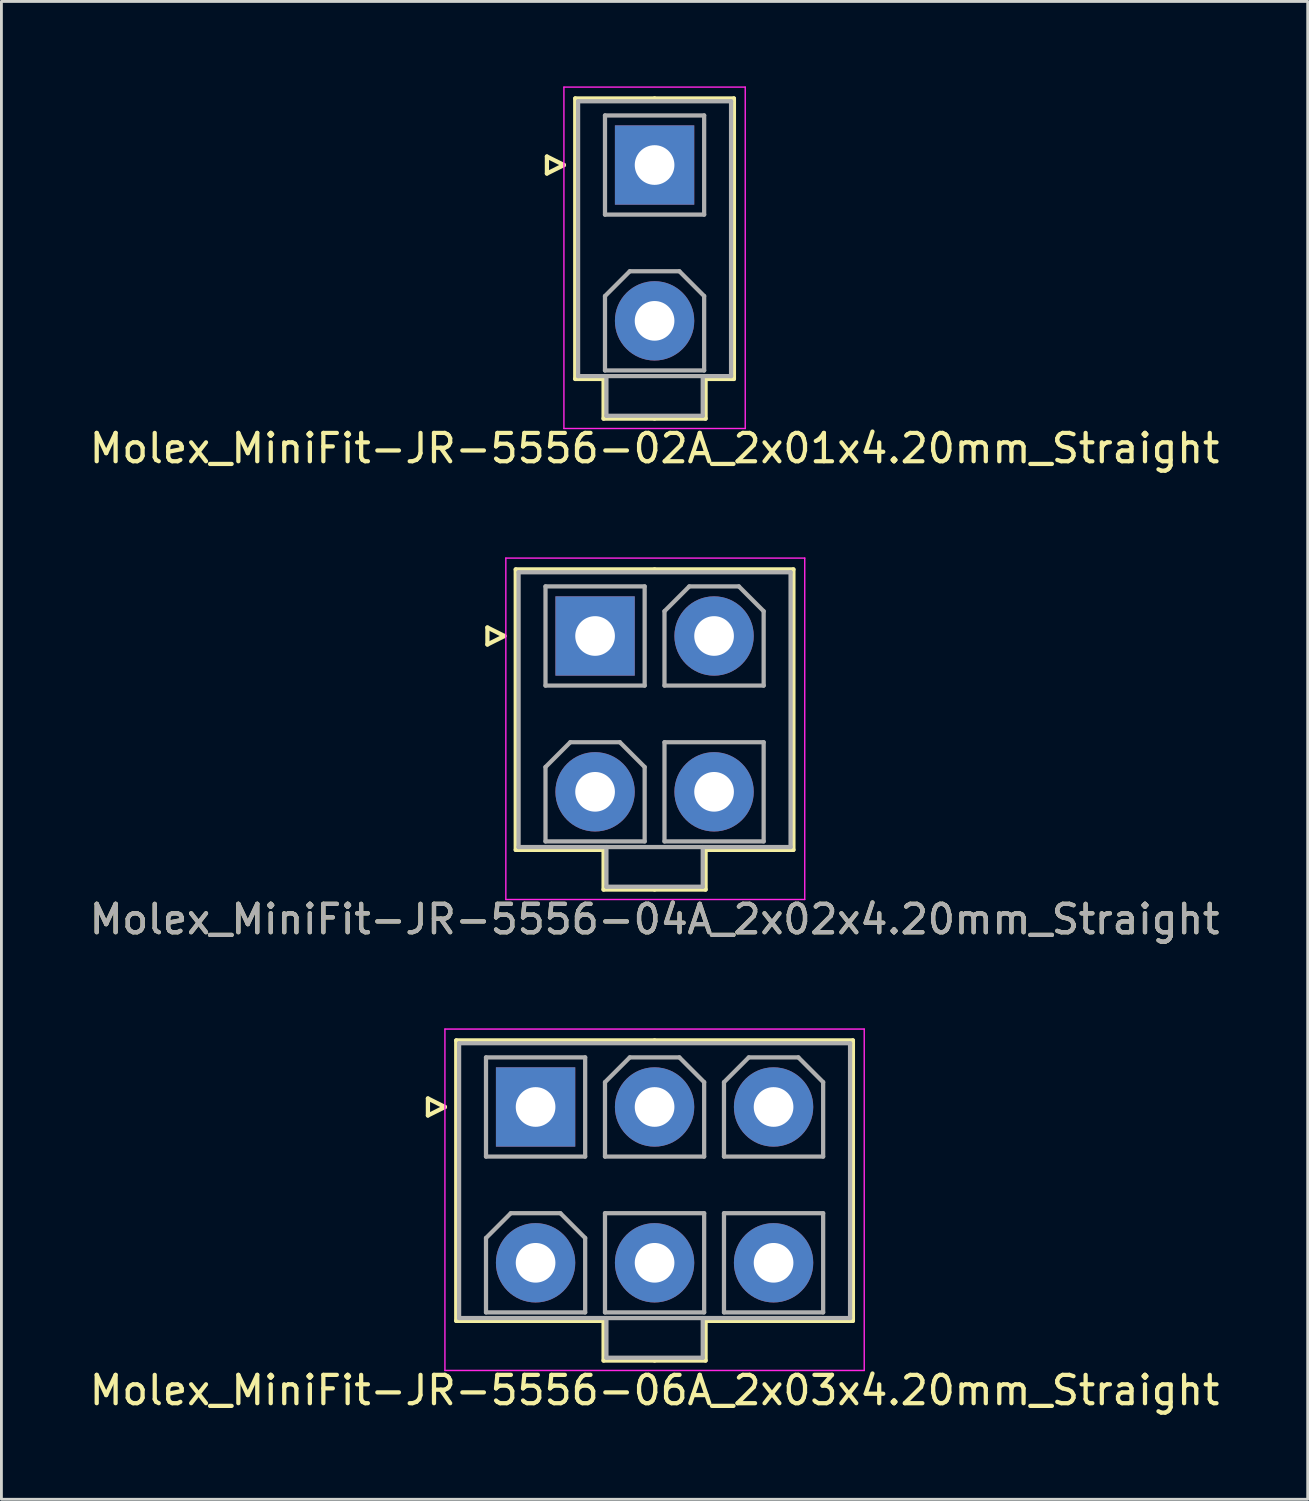
<source format=kicad_pcb>
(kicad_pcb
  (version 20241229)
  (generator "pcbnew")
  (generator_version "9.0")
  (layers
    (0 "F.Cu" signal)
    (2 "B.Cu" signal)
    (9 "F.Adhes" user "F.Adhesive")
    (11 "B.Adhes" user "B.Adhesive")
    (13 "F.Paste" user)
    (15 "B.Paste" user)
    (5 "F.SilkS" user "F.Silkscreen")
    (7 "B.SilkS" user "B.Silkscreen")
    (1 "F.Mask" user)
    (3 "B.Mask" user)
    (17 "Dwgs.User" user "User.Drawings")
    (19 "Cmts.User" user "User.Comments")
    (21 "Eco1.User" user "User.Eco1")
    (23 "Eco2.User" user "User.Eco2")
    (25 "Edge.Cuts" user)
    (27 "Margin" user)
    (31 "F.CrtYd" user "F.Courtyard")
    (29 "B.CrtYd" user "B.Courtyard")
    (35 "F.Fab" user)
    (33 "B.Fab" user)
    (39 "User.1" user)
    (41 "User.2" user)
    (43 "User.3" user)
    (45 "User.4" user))
  (footprint "Molex_MiniFit-JR-5556-04A_2x02x4.20mm_Straight"
    (layer "F.Cu")
    (at 17.954 19.398)
    (property "Reference" "Molex_MiniFit-JR-5556-04A_2x02x4.20mm_Straight" (at 2.1 10 0) (layer "F.SilkS") (effects (font (size 1 1) (thickness 0.15))))
    (attr through_hole)
    (fp_line (start -3.8 -0.3) (end -3.2 0) (stroke (width 0.15) (type solid)) (layer "F.SilkS"))
    (fp_line (start -3.8 0.3) (end -3.8 -0.3) (stroke (width 0.15) (type solid)) (layer "F.SilkS"))
    (fp_line (start -3.2 0) (end -3.8 0.3) (stroke (width 0.15) (type solid)) (layer "F.SilkS"))
    (fp_line (start -2.8 -2.35) (end -2.8 7.55) (stroke (width 0.15) (type solid)) (layer "F.SilkS"))
    (fp_line (start -2.8 7.55) (end 0.3 7.55) (stroke (width 0.15) (type solid)) (layer "F.SilkS"))
    (fp_line (start 0.3 7.55) (end 0.3 8.95) (stroke (width 0.15) (type solid)) (layer "F.SilkS"))
    (fp_line (start 0.3 8.95) (end 2.1 8.95) (stroke (width 0.15) (type solid)) (layer "F.SilkS"))
    (fp_line (start 2.1 -2.35) (end -2.8 -2.35) (stroke (width 0.15) (type solid)) (layer "F.SilkS"))
    (fp_line (start 2.1 -2.35) (end 7 -2.35) (stroke (width 0.15) (type solid)) (layer "F.SilkS"))
    (fp_line (start 3.9 7.55) (end 3.9 8.95) (stroke (width 0.15) (type solid)) (layer "F.SilkS"))
    (fp_line (start 3.9 8.95) (end 2.1 8.95) (stroke (width 0.15) (type solid)) (layer "F.SilkS"))
    (fp_line (start 7 -2.35) (end 7 7.55) (stroke (width 0.15) (type solid)) (layer "F.SilkS"))
    (fp_line (start 7 7.55) (end 3.9 7.55) (stroke (width 0.15) (type solid)) (layer "F.SilkS"))
    (fp_line (start -3.15 -2.75) (end -3.15 9.3) (stroke (width 0.05) (type solid)) (layer "F.CrtYd"))
    (fp_line (start -3.15 9.3) (end 7.4 9.3) (stroke (width 0.05) (type solid)) (layer "F.CrtYd"))
    (fp_line (start 7.4 -2.75) (end -3.15 -2.75) (stroke (width 0.05) (type solid)) (layer "F.CrtYd"))
    (fp_line (start 7.4 9.3) (end 7.4 -2.75) (stroke (width 0.05) (type solid)) (layer "F.CrtYd"))
    (fp_line (start -2.7 -2.25) (end -2.7 7.45) (stroke (width 0.15) (type solid)) (layer "F.Fab"))
    (fp_line (start -2.7 7.45) (end 6.9 7.45) (stroke (width 0.15) (type solid)) (layer "F.Fab"))
    (fp_line (start -1.75 -1.75) (end -1.75 1.75) (stroke (width 0.15) (type solid)) (layer "F.Fab"))
    (fp_line (start -1.75 1.75) (end 1.75 1.75) (stroke (width 0.15) (type solid)) (layer "F.Fab"))
    (fp_line (start -1.75 4.625) (end -0.875 3.75) (stroke (width 0.15) (type solid)) (layer "F.Fab"))
    (fp_line (start -1.75 7.25) (end -1.75 4.625) (stroke (width 0.15) (type solid)) (layer "F.Fab"))
    (fp_line (start -0.875 3.75) (end 0.875 3.75) (stroke (width 0.15) (type solid)) (layer "F.Fab"))
    (fp_line (start 0.4 7.45) (end 0.4 8.85) (stroke (width 0.15) (type solid)) (layer "F.Fab"))
    (fp_line (start 0.4 8.85) (end 3.8 8.85) (stroke (width 0.15) (type solid)) (layer "F.Fab"))
    (fp_line (start 0.875 3.75) (end 1.75 4.625) (stroke (width 0.15) (type solid)) (layer "F.Fab"))
    (fp_line (start 1.75 -1.75) (end -1.75 -1.75) (stroke (width 0.15) (type solid)) (layer "F.Fab"))
    (fp_line (start 1.75 1.75) (end 1.75 -1.75) (stroke (width 0.15) (type solid)) (layer "F.Fab"))
    (fp_line (start 1.75 4.625) (end 1.75 7.25) (stroke (width 0.15) (type solid)) (layer "F.Fab"))
    (fp_line (start 1.75 7.25) (end -1.75 7.25) (stroke (width 0.15) (type solid)) (layer "F.Fab"))
    (fp_line (start 2.45 -0.875) (end 3.325 -1.75) (stroke (width 0.15) (type solid)) (layer "F.Fab"))
    (fp_line (start 2.45 1.75) (end 2.45 -0.875) (stroke (width 0.15) (type solid)) (layer "F.Fab"))
    (fp_line (start 2.45 3.75) (end 2.45 7.25) (stroke (width 0.15) (type solid)) (layer "F.Fab"))
    (fp_line (start 2.45 7.25) (end 5.95 7.25) (stroke (width 0.15) (type solid)) (layer "F.Fab"))
    (fp_line (start 3.325 -1.75) (end 5.075 -1.75) (stroke (width 0.15) (type solid)) (layer "F.Fab"))
    (fp_line (start 3.8 8.85) (end 3.8 7.45) (stroke (width 0.15) (type solid)) (layer "F.Fab"))
    (fp_line (start 5.075 -1.75) (end 5.95 -0.875) (stroke (width 0.15) (type solid)) (layer "F.Fab"))
    (fp_line (start 5.95 -0.875) (end 5.95 1.75) (stroke (width 0.15) (type solid)) (layer "F.Fab"))
    (fp_line (start 5.95 1.75) (end 2.45 1.75) (stroke (width 0.15) (type solid)) (layer "F.Fab"))
    (fp_line (start 5.95 3.75) (end 2.45 3.75) (stroke (width 0.15) (type solid)) (layer "F.Fab"))
    (fp_line (start 5.95 7.25) (end 5.95 3.75) (stroke (width 0.15) (type solid)) (layer "F.Fab"))
    (fp_line (start 6.9 -2.25) (end -2.7 -2.25) (stroke (width 0.15) (type solid)) (layer "F.Fab"))
    (fp_line (start 6.9 7.45) (end 6.9 -2.25) (stroke (width 0.15) (type solid)) (layer "F.Fab"))
    (fp_text user "${REFERENCE}" (at 2.1 10 0) (layer "F.Fab") (effects (font (size 1 1) (thickness 0.15))))
    (pad "1" thru_hole rect (at 0 0) (size 2.8 2.8) (drill 1.4) (layers "*.Cu" "*.Mask"))
    (pad "2" thru_hole circle (at 4.2 0) (size 2.8 2.8) (drill 1.4) (layers "*.Cu" "*.Mask"))
    (pad "3" thru_hole circle (at 0 5.5) (size 2.8 2.8) (drill 1.4) (layers "*.Cu" "*.Mask"))
    (pad "4" thru_hole circle (at 4.2 5.5) (size 2.8 2.8) (drill 1.4) (layers "*.Cu" "*.Mask")))
  (footprint "Molex_MiniFit-JR-5556-02A_2x01x4.20mm_Straight"
    (layer "F.Cu")
    (at 20.054 2.775)
    (property "Reference" "Molex_MiniFit-JR-5556-02A_2x01x4.20mm_Straight" (at 0 10 0) (layer "F.SilkS") (effects (font (size 1 1) (thickness 0.15))))
    (attr through_hole)
    (fp_line (start -3.8 -0.3) (end -3.2 0) (stroke (width 0.15) (type solid)) (layer "F.SilkS"))
    (fp_line (start -3.8 0.3) (end -3.8 -0.3) (stroke (width 0.15) (type solid)) (layer "F.SilkS"))
    (fp_line (start -3.2 0) (end -3.8 0.3) (stroke (width 0.15) (type solid)) (layer "F.SilkS"))
    (fp_line (start -2.8 -2.35) (end -2.8 7.55) (stroke (width 0.15) (type solid)) (layer "F.SilkS"))
    (fp_line (start -2.8 7.55) (end -1.8 7.55) (stroke (width 0.15) (type solid)) (layer "F.SilkS"))
    (fp_line (start -1.8 7.55) (end -1.8 8.95) (stroke (width 0.15) (type solid)) (layer "F.SilkS"))
    (fp_line (start -1.8 8.95) (end 0 8.95) (stroke (width 0.15) (type solid)) (layer "F.SilkS"))
    (fp_line (start 0 -2.35) (end -2.8 -2.35) (stroke (width 0.15) (type solid)) (layer "F.SilkS"))
    (fp_line (start 0 -2.35) (end 2.8 -2.35) (stroke (width 0.15) (type solid)) (layer "F.SilkS"))
    (fp_line (start 1.8 7.55) (end 1.8 8.95) (stroke (width 0.15) (type solid)) (layer "F.SilkS"))
    (fp_line (start 1.8 8.95) (end 0 8.95) (stroke (width 0.15) (type solid)) (layer "F.SilkS"))
    (fp_line (start 2.8 -2.35) (end 2.8 7.55) (stroke (width 0.15) (type solid)) (layer "F.SilkS"))
    (fp_line (start 2.8 7.55) (end 1.8 7.55) (stroke (width 0.15) (type solid)) (layer "F.SilkS"))
    (fp_line (start -3.2 -2.75) (end -3.2 9.3) (stroke (width 0.05) (type solid)) (layer "F.CrtYd"))
    (fp_line (start -3.2 9.3) (end 3.2 9.3) (stroke (width 0.05) (type solid)) (layer "F.CrtYd"))
    (fp_line (start 3.2 -2.75) (end -3.2 -2.75) (stroke (width 0.05) (type solid)) (layer "F.CrtYd"))
    (fp_line (start 3.2 9.3) (end 3.2 -2.75) (stroke (width 0.05) (type solid)) (layer "F.CrtYd"))
    (fp_line (start -2.7 -2.25) (end -2.7 7.45) (stroke (width 0.15) (type solid)) (layer "F.Fab"))
    (fp_line (start -2.7 7.45) (end 2.7 7.45) (stroke (width 0.15) (type solid)) (layer "F.Fab"))
    (fp_line (start -1.75 -1.75) (end -1.75 1.75) (stroke (width 0.15) (type solid)) (layer "F.Fab"))
    (fp_line (start -1.75 1.75) (end 1.75 1.75) (stroke (width 0.15) (type solid)) (layer "F.Fab"))
    (fp_line (start -1.75 4.625) (end -0.875 3.75) (stroke (width 0.15) (type solid)) (layer "F.Fab"))
    (fp_line (start -1.75 7.25) (end -1.75 4.625) (stroke (width 0.15) (type solid)) (layer "F.Fab"))
    (fp_line (start -1.7 7.45) (end -1.7 8.85) (stroke (width 0.15) (type solid)) (layer "F.Fab"))
    (fp_line (start -1.7 8.85) (end 1.7 8.85) (stroke (width 0.15) (type solid)) (layer "F.Fab"))
    (fp_line (start -0.875 3.75) (end 0.875 3.75) (stroke (width 0.15) (type solid)) (layer "F.Fab"))
    (fp_line (start 0.875 3.75) (end 1.75 4.625) (stroke (width 0.15) (type solid)) (layer "F.Fab"))
    (fp_line (start 1.7 8.85) (end 1.7 7.45) (stroke (width 0.15) (type solid)) (layer "F.Fab"))
    (fp_line (start 1.75 -1.75) (end -1.75 -1.75) (stroke (width 0.15) (type solid)) (layer "F.Fab"))
    (fp_line (start 1.75 1.75) (end 1.75 -1.75) (stroke (width 0.15) (type solid)) (layer "F.Fab"))
    (fp_line (start 1.75 4.625) (end 1.75 7.25) (stroke (width 0.15) (type solid)) (layer "F.Fab"))
    (fp_line (start 1.75 7.25) (end -1.75 7.25) (stroke (width 0.15) (type solid)) (layer "F.Fab"))
    (fp_line (start 2.7 -2.25) (end -2.7 -2.25) (stroke (width 0.15) (type solid)) (layer "F.Fab"))
    (fp_line (start 2.7 7.45) (end 2.7 -2.25) (stroke (width 0.15) (type solid)) (layer "F.Fab"))
    (pad "1" thru_hole rect (at 0 0) (size 2.8 2.8) (drill 1.4) (layers "*.Cu" "*.Mask"))
    (pad "2" thru_hole circle (at 0 5.5) (size 2.8 2.8) (drill 1.4) (layers "*.Cu" "*.Mask")))
  (footprint "Molex_MiniFit-JR-5556-06A_2x03x4.20mm_Straight"
    (layer "F.Cu")
    (at 15.854 36.022)
    (property "Reference" "Molex_MiniFit-JR-5556-06A_2x03x4.20mm_Straight" (at 4.2 10 0) (layer "F.SilkS") (effects (font (size 1 1) (thickness 0.15))))
    (attr through_hole)
    (fp_line (start -3.8 -0.3) (end -3.2 0) (stroke (width 0.15) (type solid)) (layer "F.SilkS"))
    (fp_line (start -3.8 0.3) (end -3.8 -0.3) (stroke (width 0.15) (type solid)) (layer "F.SilkS"))
    (fp_line (start -3.2 0) (end -3.8 0.3) (stroke (width 0.15) (type solid)) (layer "F.SilkS"))
    (fp_line (start -2.8 -2.35) (end -2.8 7.55) (stroke (width 0.15) (type solid)) (layer "F.SilkS"))
    (fp_line (start -2.8 7.55) (end 2.4 7.55) (stroke (width 0.15) (type solid)) (layer "F.SilkS"))
    (fp_line (start 2.4 7.55) (end 2.4 8.95) (stroke (width 0.15) (type solid)) (layer "F.SilkS"))
    (fp_line (start 2.4 8.95) (end 4.2 8.95) (stroke (width 0.15) (type solid)) (layer "F.SilkS"))
    (fp_line (start 4.2 -2.35) (end -2.8 -2.35) (stroke (width 0.15) (type solid)) (layer "F.SilkS"))
    (fp_line (start 4.2 -2.35) (end 11.2 -2.35) (stroke (width 0.15) (type solid)) (layer "F.SilkS"))
    (fp_line (start 6 7.55) (end 6 8.95) (stroke (width 0.15) (type solid)) (layer "F.SilkS"))
    (fp_line (start 6 8.95) (end 4.2 8.95) (stroke (width 0.15) (type solid)) (layer "F.SilkS"))
    (fp_line (start 11.2 -2.35) (end 11.2 7.55) (stroke (width 0.15) (type solid)) (layer "F.SilkS"))
    (fp_line (start 11.2 7.55) (end 6 7.55) (stroke (width 0.15) (type solid)) (layer "F.SilkS"))
    (fp_line (start -3.2 -2.75) (end -3.2 9.3) (stroke (width 0.05) (type solid)) (layer "F.CrtYd"))
    (fp_line (start -3.2 9.3) (end 11.6 9.3) (stroke (width 0.05) (type solid)) (layer "F.CrtYd"))
    (fp_line (start 11.6 -2.75) (end -3.2 -2.75) (stroke (width 0.05) (type solid)) (layer "F.CrtYd"))
    (fp_line (start 11.6 9.3) (end 11.6 -2.75) (stroke (width 0.05) (type solid)) (layer "F.CrtYd"))
    (fp_line (start -2.7 -2.25) (end -2.7 7.45) (stroke (width 0.15) (type solid)) (layer "F.Fab"))
    (fp_line (start -2.7 7.45) (end 11.1 7.45) (stroke (width 0.15) (type solid)) (layer "F.Fab"))
    (fp_line (start -1.75 -1.75) (end -1.75 1.75) (stroke (width 0.15) (type solid)) (layer "F.Fab"))
    (fp_line (start -1.75 1.75) (end 1.75 1.75) (stroke (width 0.15) (type solid)) (layer "F.Fab"))
    (fp_line (start -1.75 4.625) (end -0.875 3.75) (stroke (width 0.15) (type solid)) (layer "F.Fab"))
    (fp_line (start -1.75 7.25) (end -1.75 4.625) (stroke (width 0.15) (type solid)) (layer "F.Fab"))
    (fp_line (start -0.875 3.75) (end 0.875 3.75) (stroke (width 0.15) (type solid)) (layer "F.Fab"))
    (fp_line (start 0.875 3.75) (end 1.75 4.625) (stroke (width 0.15) (type solid)) (layer "F.Fab"))
    (fp_line (start 1.75 -1.75) (end -1.75 -1.75) (stroke (width 0.15) (type solid)) (layer "F.Fab"))
    (fp_line (start 1.75 1.75) (end 1.75 -1.75) (stroke (width 0.15) (type solid)) (layer "F.Fab"))
    (fp_line (start 1.75 4.625) (end 1.75 7.25) (stroke (width 0.15) (type solid)) (layer "F.Fab"))
    (fp_line (start 1.75 7.25) (end -1.75 7.25) (stroke (width 0.15) (type solid)) (layer "F.Fab"))
    (fp_line (start 2.45 -0.875) (end 3.325 -1.75) (stroke (width 0.15) (type solid)) (layer "F.Fab"))
    (fp_line (start 2.45 1.75) (end 2.45 -0.875) (stroke (width 0.15) (type solid)) (layer "F.Fab"))
    (fp_line (start 2.45 3.75) (end 2.45 7.25) (stroke (width 0.15) (type solid)) (layer "F.Fab"))
    (fp_line (start 2.45 7.25) (end 5.95 7.25) (stroke (width 0.15) (type solid)) (layer "F.Fab"))
    (fp_line (start 2.5 7.45) (end 2.5 8.85) (stroke (width 0.15) (type solid)) (layer "F.Fab"))
    (fp_line (start 2.5 8.85) (end 5.9 8.85) (stroke (width 0.15) (type solid)) (layer "F.Fab"))
    (fp_line (start 3.325 -1.75) (end 5.075 -1.75) (stroke (width 0.15) (type solid)) (layer "F.Fab"))
    (fp_line (start 5.075 -1.75) (end 5.95 -0.875) (stroke (width 0.15) (type solid)) (layer "F.Fab"))
    (fp_line (start 5.9 8.85) (end 5.9 7.45) (stroke (width 0.15) (type solid)) (layer "F.Fab"))
    (fp_line (start 5.95 -0.875) (end 5.95 1.75) (stroke (width 0.15) (type solid)) (layer "F.Fab"))
    (fp_line (start 5.95 1.75) (end 2.45 1.75) (stroke (width 0.15) (type solid)) (layer "F.Fab"))
    (fp_line (start 5.95 3.75) (end 2.45 3.75) (stroke (width 0.15) (type solid)) (layer "F.Fab"))
    (fp_line (start 5.95 7.25) (end 5.95 3.75) (stroke (width 0.15) (type solid)) (layer "F.Fab"))
    (fp_line (start 6.65 -0.875) (end 7.525 -1.75) (stroke (width 0.15) (type solid)) (layer "F.Fab"))
    (fp_line (start 6.65 1.75) (end 6.65 -0.875) (stroke (width 0.15) (type solid)) (layer "F.Fab"))
    (fp_line (start 6.65 3.75) (end 6.65 7.25) (stroke (width 0.15) (type solid)) (layer "F.Fab"))
    (fp_line (start 6.65 7.25) (end 10.15 7.25) (stroke (width 0.15) (type solid)) (layer "F.Fab"))
    (fp_line (start 7.525 -1.75) (end 9.275 -1.75) (stroke (width 0.15) (type solid)) (layer "F.Fab"))
    (fp_line (start 9.275 -1.75) (end 10.15 -0.875) (stroke (width 0.15) (type solid)) (layer "F.Fab"))
    (fp_line (start 10.15 -0.875) (end 10.15 1.75) (stroke (width 0.15) (type solid)) (layer "F.Fab"))
    (fp_line (start 10.15 1.75) (end 6.65 1.75) (stroke (width 0.15) (type solid)) (layer "F.Fab"))
    (fp_line (start 10.15 3.75) (end 6.65 3.75) (stroke (width 0.15) (type solid)) (layer "F.Fab"))
    (fp_line (start 10.15 7.25) (end 10.15 3.75) (stroke (width 0.15) (type solid)) (layer "F.Fab"))
    (fp_line (start 11.1 -2.25) (end -2.7 -2.25) (stroke (width 0.15) (type solid)) (layer "F.Fab"))
    (fp_line (start 11.1 7.45) (end 11.1 -2.25) (stroke (width 0.15) (type solid)) (layer "F.Fab"))
    (pad "1" thru_hole rect (at 0 0) (size 2.8 2.8) (drill 1.4) (layers "*.Cu" "*.Mask"))
    (pad "2" thru_hole circle (at 4.2 0) (size 2.8 2.8) (drill 1.4) (layers "*.Cu" "*.Mask"))
    (pad "3" thru_hole circle (at 8.4 0) (size 2.8 2.8) (drill 1.4) (layers "*.Cu" "*.Mask"))
    (pad "4" thru_hole circle (at 0 5.5) (size 2.8 2.8) (drill 1.4) (layers "*.Cu" "*.Mask"))
    (pad "5" thru_hole circle (at 4.2 5.5) (size 2.8 2.8) (drill 1.4) (layers "*.Cu" "*.Mask"))
    (pad "6" thru_hole circle (at 8.4 5.5) (size 2.8 2.8) (drill 1.4) (layers "*.Cu" "*.Mask")))
  (gr_rect
    (start -3 -3)
    (end 43.107 49.87)
    (stroke (width 0.1) (type default))
    (fill no)
    (layer "Edge.Cuts")))
</source>
